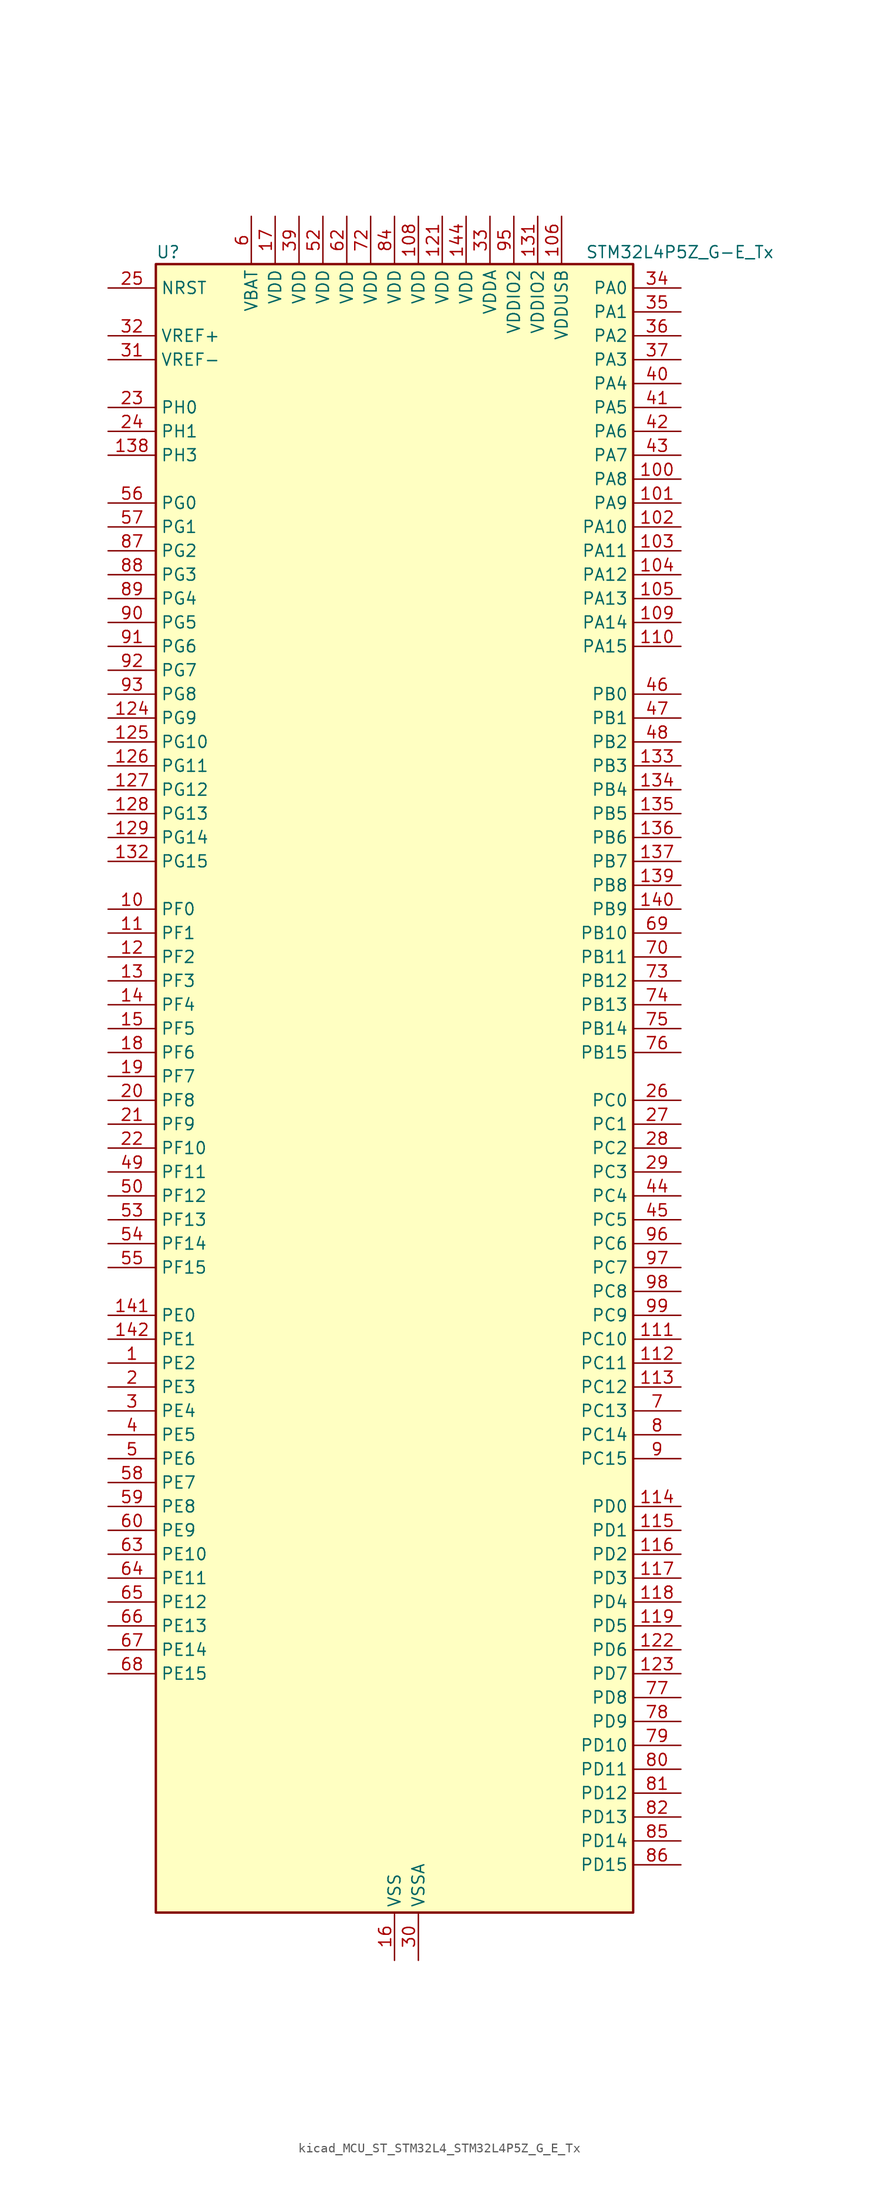
<source format=kicad_sym>
(kicad_symbol_lib
  (version 20220914)
  (generator kicad_symbol_editor)
  (symbol "kicad_MCU_ST_STM32L4_STM32L4P5Z_G_E_Tx"
    (property "Reference" "U"
      (at -25.4 90.17 0)
      (effects (font (size 1.27 1.27)) (justify left)))
    (property "Value" "STM32L4P5Z_G-E_Tx"
      (at 20.32 90.17 0)
      (effects (font (size 1.27 1.27)) (justify left)))
    (property "ki_locked" ""
      (at 0 0 0)
      (effects (font (size 1.27 1.27))))
    (symbol "kicad_MCU_ST_STM32L4_STM32L4P5Z_G_E_Tx_0_1"
      (rectangle (start -25.4 -86.36) (end 25.4 88.9) (stroke (width 0.254) (type default)) (fill (type background))))
    (symbol "kicad_MCU_ST_STM32L4_STM32L4P5Z_G_E_Tx_1_1"
      (pin bidirectional line (at -30.48 -27.94 0) (length 5.08) (name "PE2" (effects (font (size 1.27 1.27)))) (number "1" (effects (font (size 1.27 1.27)))) (alternate "FMC_A23" bidirectional line) (alternate "LTDC_R7" bidirectional line) (alternate "SAI1_CK1" bidirectional line) (alternate "SAI1_MCLK_A" bidirectional line) (alternate "SYS_TRACECLK" bidirectional line) (alternate "TIM3_ETR" bidirectional line) (alternate "TSC_G7_IO1" bidirectional line))
      (pin bidirectional line (at -30.48 20.32 0) (length 5.08) (name "PF0" (effects (font (size 1.27 1.27)))) (number "10" (effects (font (size 1.27 1.27)))) (alternate "FMC_A0" bidirectional line) (alternate "I2C2_SDA" bidirectional line) (alternate "OCTOSPIM_P2_IO0" bidirectional line))
      (pin bidirectional line (at 30.48 66.04 180) (length 5.08) (name "PA8" (effects (font (size 1.27 1.27)))) (number "100" (effects (font (size 1.27 1.27)))) (alternate "LPTIM2_OUT" bidirectional line) (alternate "LTDC_B7" bidirectional line) (alternate "RCC_MCO" bidirectional line) (alternate "SAI1_CK2" bidirectional line) (alternate "SAI1_SCK_A" bidirectional line) (alternate "TIM1_CH1" bidirectional line) (alternate "USART1_CK" bidirectional line) (alternate "USB_OTG_FS_SOF" bidirectional line))
      (pin bidirectional line (at 30.48 63.5 180) (length 5.08) (name "PA9" (effects (font (size 1.27 1.27)))) (number "101" (effects (font (size 1.27 1.27)))) (alternate "DAC1_EXTI9" bidirectional line) (alternate "DCMI_D0" bidirectional line) (alternate "LTDC_G7" bidirectional line) (alternate "PSSI_D0" bidirectional line) (alternate "SAI1_FS_A" bidirectional line) (alternate "SPI2_SCK" bidirectional line) (alternate "TIM15_BKIN" bidirectional line) (alternate "TIM1_CH2" bidirectional line) (alternate "USART1_TX" bidirectional line) (alternate "USB_OTG_FS_VBUS" bidirectional line))
      (pin bidirectional line (at 30.48 60.96 180) (length 5.08) (name "PA10" (effects (font (size 1.27 1.27)))) (number "102" (effects (font (size 1.27 1.27)))) (alternate "DCMI_D1" bidirectional line) (alternate "LTDC_G6" bidirectional line) (alternate "PSSI_D1" bidirectional line) (alternate "SAI1_D1" bidirectional line) (alternate "SAI1_SD_A" bidirectional line) (alternate "TIM17_BKIN" bidirectional line) (alternate "TIM1_CH3" bidirectional line) (alternate "USART1_RX" bidirectional line) (alternate "USB_OTG_FS_ID" bidirectional line))
      (pin bidirectional line (at 30.48 58.42 180) (length 5.08) (name "PA11" (effects (font (size 1.27 1.27)))) (number "103" (effects (font (size 1.27 1.27)))) (alternate "ADC1_EXTI11" bidirectional line) (alternate "ADC2_EXTI11" bidirectional line) (alternate "CAN1_RX" bidirectional line) (alternate "LTDC_DE" bidirectional line) (alternate "SPI1_MISO" bidirectional line) (alternate "TIM1_BKIN2" bidirectional line) (alternate "TIM1_CH4" bidirectional line) (alternate "USART1_CTS" bidirectional line) (alternate "USART1_NSS" bidirectional line) (alternate "USB_OTG_FS_DM" bidirectional line))
      (pin bidirectional line (at 30.48 55.88 180) (length 5.08) (name "PA12" (effects (font (size 1.27 1.27)))) (number "104" (effects (font (size 1.27 1.27)))) (alternate "CAN1_TX" bidirectional line) (alternate "LTDC_VSYNC" bidirectional line) (alternate "OCTOSPIM_P2_NCS" bidirectional line) (alternate "SPI1_MOSI" bidirectional line) (alternate "TIM1_ETR" bidirectional line) (alternate "USART1_DE" bidirectional line) (alternate "USART1_RTS" bidirectional line) (alternate "USB_OTG_FS_DP" bidirectional line))
      (pin bidirectional line (at 30.48 53.34 180) (length 5.08) (name "PA13" (effects (font (size 1.27 1.27)))) (number "105" (effects (font (size 1.27 1.27)))) (alternate "IR_OUT" bidirectional line) (alternate "SAI1_SD_B" bidirectional line) (alternate "SYS_JTMS-SWDIO" bidirectional line) (alternate "USB_OTG_FS_NOE" bidirectional line))
      (pin power_in line (at 17.78 93.98 270) (length 5.08) (name "VDDUSB" (effects (font (size 1.27 1.27)))) (number "106" (effects (font (size 1.27 1.27)))))
      (pin passive line (at 0 -91.44 90) (length 5.08) hide (name "VSS" (effects (font (size 1.27 1.27)))) (number "107" (effects (font (size 1.27 1.27)))))
      (pin power_in line (at 2.54 93.98 270) (length 5.08) (name "VDD" (effects (font (size 1.27 1.27)))) (number "108" (effects (font (size 1.27 1.27)))))
      (pin bidirectional line (at 30.48 50.8 180) (length 5.08) (name "PA14" (effects (font (size 1.27 1.27)))) (number "109" (effects (font (size 1.27 1.27)))) (alternate "I2C1_SMBA" bidirectional line) (alternate "I2C4_SMBA" bidirectional line) (alternate "LPTIM1_OUT" bidirectional line) (alternate "SAI1_FS_B" bidirectional line) (alternate "SYS_JTCK-SWCLK" bidirectional line) (alternate "USB_OTG_FS_SOF" bidirectional line))
      (pin bidirectional line (at -30.48 17.78 0) (length 5.08) (name "PF1" (effects (font (size 1.27 1.27)))) (number "11" (effects (font (size 1.27 1.27)))) (alternate "FMC_A1" bidirectional line) (alternate "I2C2_SCL" bidirectional line) (alternate "OCTOSPIM_P2_IO1" bidirectional line))
      (pin bidirectional line (at 30.48 48.26 180) (length 5.08) (name "PA15" (effects (font (size 1.27 1.27)))) (number "110" (effects (font (size 1.27 1.27)))) (alternate "ADC1_EXTI15" bidirectional line) (alternate "ADC2_EXTI15" bidirectional line) (alternate "LTDC_HSYNC" bidirectional line) (alternate "SAI2_FS_B" bidirectional line) (alternate "SPI1_NSS" bidirectional line) (alternate "SPI3_NSS" bidirectional line) (alternate "SYS_JTDI" bidirectional line) (alternate "TIM2_CH1" bidirectional line) (alternate "TIM2_ETR" bidirectional line) (alternate "TSC_G3_IO1" bidirectional line) (alternate "UART4_DE" bidirectional line) (alternate "UART4_RTS" bidirectional line) (alternate "USART2_RX" bidirectional line) (alternate "USART3_DE" bidirectional line) (alternate "USART3_RTS" bidirectional line))
      (pin bidirectional line (at 30.48 -25.4 180) (length 5.08) (name "PC10" (effects (font (size 1.27 1.27)))) (number "111" (effects (font (size 1.27 1.27)))) (alternate "DCMI_D8" bidirectional line) (alternate "DCMI_VSYNC" bidirectional line) (alternate "PSSI_D8" bidirectional line) (alternate "PSSI_RDY" bidirectional line) (alternate "SAI2_SCK_B" bidirectional line) (alternate "SDMMC1_D2" bidirectional line) (alternate "SPI3_SCK" bidirectional line) (alternate "SYS_TRACED1" bidirectional line) (alternate "TSC_G3_IO2" bidirectional line) (alternate "UART4_TX" bidirectional line) (alternate "USART3_TX" bidirectional line))
      (pin bidirectional line (at 30.48 -27.94 180) (length 5.08) (name "PC11" (effects (font (size 1.27 1.27)))) (number "112" (effects (font (size 1.27 1.27)))) (alternate "ADC1_EXTI11" bidirectional line) (alternate "ADC2_EXTI11" bidirectional line) (alternate "DCMI_D2" bidirectional line) (alternate "DCMI_D4" bidirectional line) (alternate "OCTOSPIM_P1_NCS" bidirectional line) (alternate "PSSI_D2" bidirectional line) (alternate "PSSI_D4" bidirectional line) (alternate "SAI2_MCLK_B" bidirectional line) (alternate "SDMMC1_D3" bidirectional line) (alternate "SPI3_MISO" bidirectional line) (alternate "TSC_G3_IO3" bidirectional line) (alternate "UART4_RX" bidirectional line) (alternate "USART3_RX" bidirectional line))
      (pin bidirectional line (at 30.48 -30.48 180) (length 5.08) (name "PC12" (effects (font (size 1.27 1.27)))) (number "113" (effects (font (size 1.27 1.27)))) (alternate "DCMI_D9" bidirectional line) (alternate "LTDC_R6" bidirectional line) (alternate "PSSI_D9" bidirectional line) (alternate "SAI2_SD_B" bidirectional line) (alternate "SDMMC1_CK" bidirectional line) (alternate "SPI3_MOSI" bidirectional line) (alternate "SYS_TRACED3" bidirectional line) (alternate "TSC_G3_IO4" bidirectional line) (alternate "UART5_TX" bidirectional line) (alternate "USART3_CK" bidirectional line))
      (pin bidirectional line (at 30.48 -43.18 180) (length 5.08) (name "PD0" (effects (font (size 1.27 1.27)))) (number "114" (effects (font (size 1.27 1.27)))) (alternate "CAN1_RX" bidirectional line) (alternate "FMC_D2" bidirectional line) (alternate "FMC_DA2" bidirectional line) (alternate "LTDC_B4" bidirectional line) (alternate "SPI2_NSS" bidirectional line))
      (pin bidirectional line (at 30.48 -45.72 180) (length 5.08) (name "PD1" (effects (font (size 1.27 1.27)))) (number "115" (effects (font (size 1.27 1.27)))) (alternate "CAN1_TX" bidirectional line) (alternate "FMC_D3" bidirectional line) (alternate "FMC_DA3" bidirectional line) (alternate "LTDC_B5" bidirectional line) (alternate "SPI2_SCK" bidirectional line))
      (pin bidirectional line (at 30.48 -48.26 180) (length 5.08) (name "PD2" (effects (font (size 1.27 1.27)))) (number "116" (effects (font (size 1.27 1.27)))) (alternate "DCMI_D11" bidirectional line) (alternate "PSSI_D11" bidirectional line) (alternate "SDMMC1_CMD" bidirectional line) (alternate "SYS_TRACED2" bidirectional line) (alternate "TIM3_ETR" bidirectional line) (alternate "TSC_SYNC" bidirectional line) (alternate "UART5_RX" bidirectional line) (alternate "USART3_DE" bidirectional line) (alternate "USART3_RTS" bidirectional line))
      (pin bidirectional line (at 30.48 -50.8 180) (length 5.08) (name "PD3" (effects (font (size 1.27 1.27)))) (number "117" (effects (font (size 1.27 1.27)))) (alternate "DCMI_D5" bidirectional line) (alternate "DFSDM1_DATIN0" bidirectional line) (alternate "FMC_CLK" bidirectional line) (alternate "LTDC_CLK" bidirectional line) (alternate "OCTOSPIM_P2_NCS" bidirectional line) (alternate "PSSI_D5" bidirectional line) (alternate "SPI2_MISO" bidirectional line) (alternate "SPI2_SCK" bidirectional line) (alternate "USART2_CTS" bidirectional line) (alternate "USART2_NSS" bidirectional line))
      (pin bidirectional line (at 30.48 -53.34 180) (length 5.08) (name "PD4" (effects (font (size 1.27 1.27)))) (number "118" (effects (font (size 1.27 1.27)))) (alternate "DFSDM1_CKIN0" bidirectional line) (alternate "FMC_NOE" bidirectional line) (alternate "OCTOSPIM_P1_IO4" bidirectional line) (alternate "SDMMC2_CKIN" bidirectional line) (alternate "SPI2_MOSI" bidirectional line) (alternate "USART2_DE" bidirectional line) (alternate "USART2_RTS" bidirectional line))
      (pin bidirectional line (at 30.48 -55.88 180) (length 5.08) (name "PD5" (effects (font (size 1.27 1.27)))) (number "119" (effects (font (size 1.27 1.27)))) (alternate "FMC_NWE" bidirectional line) (alternate "OCTOSPIM_P1_IO5" bidirectional line) (alternate "USART2_TX" bidirectional line))
      (pin bidirectional line (at -30.48 15.24 0) (length 5.08) (name "PF2" (effects (font (size 1.27 1.27)))) (number "12" (effects (font (size 1.27 1.27)))) (alternate "FMC_A2" bidirectional line) (alternate "I2C2_SMBA" bidirectional line) (alternate "OCTOSPIM_P2_IO2" bidirectional line))
      (pin passive line (at 0 -91.44 90) (length 5.08) hide (name "VSS" (effects (font (size 1.27 1.27)))) (number "120" (effects (font (size 1.27 1.27)))))
      (pin power_in line (at 5.08 93.98 270) (length 5.08) (name "VDD" (effects (font (size 1.27 1.27)))) (number "121" (effects (font (size 1.27 1.27)))))
      (pin bidirectional line (at 30.48 -58.42 180) (length 5.08) (name "PD6" (effects (font (size 1.27 1.27)))) (number "122" (effects (font (size 1.27 1.27)))) (alternate "DCMI_D10" bidirectional line) (alternate "DFSDM1_DATIN1" bidirectional line) (alternate "FMC_NWAIT" bidirectional line) (alternate "LTDC_DE" bidirectional line) (alternate "OCTOSPIM_P1_IO6" bidirectional line) (alternate "PSSI_D10" bidirectional line) (alternate "SAI1_D1" bidirectional line) (alternate "SAI1_SD_A" bidirectional line) (alternate "SDMMC2_CK" bidirectional line) (alternate "SPI3_MOSI" bidirectional line) (alternate "USART2_RX" bidirectional line))
      (pin bidirectional line (at 30.48 -60.96 180) (length 5.08) (name "PD7" (effects (font (size 1.27 1.27)))) (number "123" (effects (font (size 1.27 1.27)))) (alternate "DFSDM1_CKIN1" bidirectional line) (alternate "FMC_NCE" bidirectional line) (alternate "FMC_NE1" bidirectional line) (alternate "OCTOSPIM_P1_IO7" bidirectional line) (alternate "SDMMC2_CMD" bidirectional line) (alternate "USART2_CK" bidirectional line))
      (pin bidirectional line (at -30.48 40.64 0) (length 5.08) (name "PG9" (effects (font (size 1.27 1.27)))) (number "124" (effects (font (size 1.27 1.27)))) (alternate "DAC1_EXTI9" bidirectional line) (alternate "FMC_NCE" bidirectional line) (alternate "FMC_NE2" bidirectional line) (alternate "OCTOSPIM_P2_IO6" bidirectional line) (alternate "SAI2_SCK_A" bidirectional line) (alternate "SDMMC2_D0" bidirectional line) (alternate "SPI3_SCK" bidirectional line) (alternate "TIM15_CH1N" bidirectional line) (alternate "USART1_TX" bidirectional line))
      (pin bidirectional line (at -30.48 38.1 0) (length 5.08) (name "PG10" (effects (font (size 1.27 1.27)))) (number "125" (effects (font (size 1.27 1.27)))) (alternate "FMC_NE3" bidirectional line) (alternate "LPTIM1_IN1" bidirectional line) (alternate "OCTOSPIM_P2_IO7" bidirectional line) (alternate "SAI2_FS_A" bidirectional line) (alternate "SDMMC2_D1" bidirectional line) (alternate "SPI3_MISO" bidirectional line) (alternate "TIM15_CH1" bidirectional line) (alternate "USART1_RX" bidirectional line))
      (pin bidirectional line (at -30.48 35.56 0) (length 5.08) (name "PG11" (effects (font (size 1.27 1.27)))) (number "126" (effects (font (size 1.27 1.27)))) (alternate "ADC1_EXTI11" bidirectional line) (alternate "ADC2_EXTI11" bidirectional line) (alternate "LPTIM1_IN2" bidirectional line) (alternate "OCTOSPIM_P1_IO5" bidirectional line) (alternate "SAI2_MCLK_A" bidirectional line) (alternate "SDMMC2_D2" bidirectional line) (alternate "SPI3_MOSI" bidirectional line) (alternate "TIM15_CH2" bidirectional line) (alternate "USART1_CTS" bidirectional line) (alternate "USART1_NSS" bidirectional line))
      (pin bidirectional line (at -30.48 33.02 0) (length 5.08) (name "PG12" (effects (font (size 1.27 1.27)))) (number "127" (effects (font (size 1.27 1.27)))) (alternate "FMC_NE4" bidirectional line) (alternate "LPTIM1_ETR" bidirectional line) (alternate "OCTOSPIM_P2_NCS" bidirectional line) (alternate "SAI2_SD_A" bidirectional line) (alternate "SDMMC2_D3" bidirectional line) (alternate "SPI3_NSS" bidirectional line) (alternate "USART1_DE" bidirectional line) (alternate "USART1_RTS" bidirectional line))
      (pin bidirectional line (at -30.48 30.48 0) (length 5.08) (name "PG13" (effects (font (size 1.27 1.27)))) (number "128" (effects (font (size 1.27 1.27)))) (alternate "FMC_A24" bidirectional line) (alternate "I2C1_SDA" bidirectional line) (alternate "LTDC_R0" bidirectional line) (alternate "USART1_CK" bidirectional line))
      (pin bidirectional line (at -30.48 27.94 0) (length 5.08) (name "PG14" (effects (font (size 1.27 1.27)))) (number "129" (effects (font (size 1.27 1.27)))) (alternate "FMC_A25" bidirectional line) (alternate "I2C1_SCL" bidirectional line) (alternate "LTDC_R1" bidirectional line))
      (pin bidirectional line (at -30.48 12.7 0) (length 5.08) (name "PF3" (effects (font (size 1.27 1.27)))) (number "13" (effects (font (size 1.27 1.27)))) (alternate "FMC_A3" bidirectional line) (alternate "OCTOSPIM_P2_IO3" bidirectional line))
      (pin passive line (at 0 -91.44 90) (length 5.08) hide (name "VSS" (effects (font (size 1.27 1.27)))) (number "130" (effects (font (size 1.27 1.27)))))
      (pin power_in line (at 15.24 93.98 270) (length 5.08) (name "VDDIO2" (effects (font (size 1.27 1.27)))) (number "131" (effects (font (size 1.27 1.27)))))
      (pin bidirectional line (at -30.48 25.4 0) (length 5.08) (name "PG15" (effects (font (size 1.27 1.27)))) (number "132" (effects (font (size 1.27 1.27)))) (alternate "ADC1_EXTI15" bidirectional line) (alternate "ADC2_EXTI15" bidirectional line) (alternate "DCMI_D13" bidirectional line) (alternate "I2C1_SMBA" bidirectional line) (alternate "LPTIM1_OUT" bidirectional line) (alternate "OCTOSPIM_P2_DQS" bidirectional line) (alternate "PSSI_D13" bidirectional line))
      (pin bidirectional line (at 30.48 35.56 180) (length 5.08) (name "PB3" (effects (font (size 1.27 1.27)))) (number "133" (effects (font (size 1.27 1.27)))) (alternate "COMP2_INM" bidirectional line) (alternate "CRS_SYNC" bidirectional line) (alternate "OCTOSPIM_P1_IO4" bidirectional line) (alternate "SAI1_SCK_B" bidirectional line) (alternate "SDMMC2_D2" bidirectional line) (alternate "SPI1_SCK" bidirectional line) (alternate "SPI3_SCK" bidirectional line) (alternate "SYS_JTDO-SWO" bidirectional line) (alternate "TIM2_CH2" bidirectional line) (alternate "USART1_DE" bidirectional line) (alternate "USART1_RTS" bidirectional line))
      (pin bidirectional line (at 30.48 33.02 180) (length 5.08) (name "PB4" (effects (font (size 1.27 1.27)))) (number "134" (effects (font (size 1.27 1.27)))) (alternate "COMP2_INP" bidirectional line) (alternate "DCMI_D12" bidirectional line) (alternate "I2C3_SDA" bidirectional line) (alternate "OCTOSPIM_P1_IO5" bidirectional line) (alternate "PSSI_D12" bidirectional line) (alternate "SAI1_MCLK_B" bidirectional line) (alternate "SDMMC2_D3" bidirectional line) (alternate "SPI1_MISO" bidirectional line) (alternate "SPI3_MISO" bidirectional line) (alternate "SYS_JTRST" bidirectional line) (alternate "TIM17_BKIN" bidirectional line) (alternate "TIM3_CH1" bidirectional line) (alternate "TSC_G2_IO1" bidirectional line) (alternate "UART5_DE" bidirectional line) (alternate "UART5_RTS" bidirectional line) (alternate "USART1_CTS" bidirectional line) (alternate "USART1_NSS" bidirectional line))
      (pin bidirectional line (at 30.48 30.48 180) (length 5.08) (name "PB5" (effects (font (size 1.27 1.27)))) (number "135" (effects (font (size 1.27 1.27)))) (alternate "COMP2_OUT" bidirectional line) (alternate "DCMI_D10" bidirectional line) (alternate "I2C1_SMBA" bidirectional line) (alternate "LPTIM1_IN1" bidirectional line) (alternate "OCTOSPIM_P1_IO0" bidirectional line) (alternate "PSSI_D10" bidirectional line) (alternate "SAI1_SD_B" bidirectional line) (alternate "SPI1_MOSI" bidirectional line) (alternate "SPI3_MOSI" bidirectional line) (alternate "TIM16_BKIN" bidirectional line) (alternate "TIM3_CH2" bidirectional line) (alternate "TSC_G2_IO2" bidirectional line) (alternate "UART5_CTS" bidirectional line) (alternate "USART1_CK" bidirectional line))
      (pin bidirectional line (at 30.48 27.94 180) (length 5.08) (name "PB6" (effects (font (size 1.27 1.27)))) (number "136" (effects (font (size 1.27 1.27)))) (alternate "COMP2_INP" bidirectional line) (alternate "DCMI_D5" bidirectional line) (alternate "I2C1_SCL" bidirectional line) (alternate "I2C4_SCL" bidirectional line) (alternate "LPTIM1_ETR" bidirectional line) (alternate "LTDC_R6" bidirectional line) (alternate "PSSI_D5" bidirectional line) (alternate "SAI1_FS_B" bidirectional line) (alternate "TIM16_CH1N" bidirectional line) (alternate "TIM4_CH1" bidirectional line) (alternate "TIM8_BKIN2" bidirectional line) (alternate "TSC_G2_IO3" bidirectional line) (alternate "USART1_TX" bidirectional line))
      (pin bidirectional line (at 30.48 25.4 180) (length 5.08) (name "PB7" (effects (font (size 1.27 1.27)))) (number "137" (effects (font (size 1.27 1.27)))) (alternate "COMP2_INM" bidirectional line) (alternate "DCMI_VSYNC" bidirectional line) (alternate "FMC_NL" bidirectional line) (alternate "I2C1_SDA" bidirectional line) (alternate "I2C4_SDA" bidirectional line) (alternate "LPTIM1_IN2" bidirectional line) (alternate "LTDC_VSYNC" bidirectional line) (alternate "PSSI_RDY" bidirectional line) (alternate "SYS_PVD_IN" bidirectional line) (alternate "TIM17_CH1N" bidirectional line) (alternate "TIM4_CH2" bidirectional line) (alternate "TIM8_BKIN" bidirectional line) (alternate "TSC_G2_IO4" bidirectional line) (alternate "UART4_CTS" bidirectional line) (alternate "USART1_RX" bidirectional line))
      (pin bidirectional line (at -30.48 68.58 0) (length 5.08) (name "PH3" (effects (font (size 1.27 1.27)))) (number "138" (effects (font (size 1.27 1.27)))))
      (pin bidirectional line (at 30.48 22.86 180) (length 5.08) (name "PB8" (effects (font (size 1.27 1.27)))) (number "139" (effects (font (size 1.27 1.27)))) (alternate "CAN1_RX" bidirectional line) (alternate "DCMI_D6" bidirectional line) (alternate "DFSDM1_CKOUT" bidirectional line) (alternate "I2C1_SCL" bidirectional line) (alternate "LTDC_DE" bidirectional line) (alternate "PSSI_D6" bidirectional line) (alternate "SAI1_CK1" bidirectional line) (alternate "SAI1_MCLK_A" bidirectional line) (alternate "SDMMC1_CKIN" bidirectional line) (alternate "SDMMC1_D4" bidirectional line) (alternate "SDMMC2_D4" bidirectional line) (alternate "TIM16_CH1" bidirectional line) (alternate "TIM4_CH3" bidirectional line))
      (pin bidirectional line (at -30.48 10.16 0) (length 5.08) (name "PF4" (effects (font (size 1.27 1.27)))) (number "14" (effects (font (size 1.27 1.27)))) (alternate "FMC_A4" bidirectional line) (alternate "OCTOSPIM_P2_CLK" bidirectional line))
      (pin bidirectional line (at 30.48 20.32 180) (length 5.08) (name "PB9" (effects (font (size 1.27 1.27)))) (number "140" (effects (font (size 1.27 1.27)))) (alternate "CAN1_TX" bidirectional line) (alternate "DAC1_EXTI9" bidirectional line) (alternate "DCMI_D7" bidirectional line) (alternate "I2C1_SDA" bidirectional line) (alternate "IR_OUT" bidirectional line) (alternate "PSSI_D7" bidirectional line) (alternate "SAI1_D2" bidirectional line) (alternate "SAI1_FS_A" bidirectional line) (alternate "SDMMC1_CDIR" bidirectional line) (alternate "SDMMC1_D5" bidirectional line) (alternate "SDMMC2_D5" bidirectional line) (alternate "SPI2_NSS" bidirectional line) (alternate "TIM17_CH1" bidirectional line) (alternate "TIM4_CH4" bidirectional line))
      (pin bidirectional line (at -30.48 -22.86 0) (length 5.08) (name "PE0" (effects (font (size 1.27 1.27)))) (number "141" (effects (font (size 1.27 1.27)))) (alternate "DCMI_D2" bidirectional line) (alternate "FMC_NBL0" bidirectional line) (alternate "LTDC_HSYNC" bidirectional line) (alternate "PSSI_D2" bidirectional line) (alternate "TIM16_CH1" bidirectional line) (alternate "TIM4_ETR" bidirectional line))
      (pin bidirectional line (at -30.48 -25.4 0) (length 5.08) (name "PE1" (effects (font (size 1.27 1.27)))) (number "142" (effects (font (size 1.27 1.27)))) (alternate "DCMI_D3" bidirectional line) (alternate "FMC_NBL1" bidirectional line) (alternate "LTDC_VSYNC" bidirectional line) (alternate "PSSI_D3" bidirectional line) (alternate "TIM17_CH1" bidirectional line))
      (pin passive line (at 0 -91.44 90) (length 5.08) hide (name "VSS" (effects (font (size 1.27 1.27)))) (number "143" (effects (font (size 1.27 1.27)))))
      (pin power_in line (at 7.62 93.98 270) (length 5.08) (name "VDD" (effects (font (size 1.27 1.27)))) (number "144" (effects (font (size 1.27 1.27)))))
      (pin bidirectional line (at -30.48 7.62 0) (length 5.08) (name "PF5" (effects (font (size 1.27 1.27)))) (number "15" (effects (font (size 1.27 1.27)))) (alternate "FMC_A5" bidirectional line) (alternate "OCTOSPIM_P2_NCLK" bidirectional line))
      (pin power_in line (at 0 -91.44 90) (length 5.08) (name "VSS" (effects (font (size 1.27 1.27)))) (number "16" (effects (font (size 1.27 1.27)))))
      (pin power_in line (at -12.7 93.98 270) (length 5.08) (name "VDD" (effects (font (size 1.27 1.27)))) (number "17" (effects (font (size 1.27 1.27)))))
      (pin bidirectional line (at -30.48 5.08 0) (length 5.08) (name "PF6" (effects (font (size 1.27 1.27)))) (number "18" (effects (font (size 1.27 1.27)))) (alternate "OCTOSPIM_P1_IO3" bidirectional line) (alternate "SAI1_SD_B" bidirectional line) (alternate "TIM5_CH1" bidirectional line) (alternate "TIM5_ETR" bidirectional line))
      (pin bidirectional line (at -30.48 2.54 0) (length 5.08) (name "PF7" (effects (font (size 1.27 1.27)))) (number "19" (effects (font (size 1.27 1.27)))) (alternate "OCTOSPIM_P1_IO2" bidirectional line) (alternate "SAI1_MCLK_B" bidirectional line) (alternate "TIM5_CH2" bidirectional line))
      (pin bidirectional line (at -30.48 -30.48 0) (length 5.08) (name "PE3" (effects (font (size 1.27 1.27)))) (number "2" (effects (font (size 1.27 1.27)))) (alternate "FMC_A19" bidirectional line) (alternate "LTDC_R6" bidirectional line) (alternate "OCTOSPIM_P1_DQS" bidirectional line) (alternate "SAI1_SD_B" bidirectional line) (alternate "SYS_TRACED0" bidirectional line) (alternate "TIM3_CH1" bidirectional line) (alternate "TSC_G7_IO2" bidirectional line))
      (pin bidirectional line (at -30.48 0 0) (length 5.08) (name "PF8" (effects (font (size 1.27 1.27)))) (number "20" (effects (font (size 1.27 1.27)))) (alternate "OCTOSPIM_P1_IO0" bidirectional line) (alternate "SAI1_SCK_B" bidirectional line) (alternate "TIM5_CH3" bidirectional line))
      (pin bidirectional line (at -30.48 -2.54 0) (length 5.08) (name "PF9" (effects (font (size 1.27 1.27)))) (number "21" (effects (font (size 1.27 1.27)))) (alternate "DAC1_EXTI9" bidirectional line) (alternate "OCTOSPIM_P1_IO1" bidirectional line) (alternate "SAI1_FS_B" bidirectional line) (alternate "TIM15_CH1" bidirectional line) (alternate "TIM5_CH4" bidirectional line))
      (pin bidirectional line (at -30.48 -5.08 0) (length 5.08) (name "PF10" (effects (font (size 1.27 1.27)))) (number "22" (effects (font (size 1.27 1.27)))) (alternate "DCMI_D11" bidirectional line) (alternate "DFSDM1_CKOUT" bidirectional line) (alternate "OCTOSPIM_P1_CLK" bidirectional line) (alternate "PSSI_D11" bidirectional line) (alternate "PSSI_D15" bidirectional line) (alternate "SAI1_D3" bidirectional line) (alternate "TIM15_CH2" bidirectional line))
      (pin bidirectional line (at -30.48 73.66 0) (length 5.08) (name "PH0" (effects (font (size 1.27 1.27)))) (number "23" (effects (font (size 1.27 1.27)))) (alternate "RCC_OSC_IN" bidirectional line))
      (pin bidirectional line (at -30.48 71.12 0) (length 5.08) (name "PH1" (effects (font (size 1.27 1.27)))) (number "24" (effects (font (size 1.27 1.27)))) (alternate "RCC_OSC_OUT" bidirectional line))
      (pin input line (at -30.48 86.36 0) (length 5.08) (name "NRST" (effects (font (size 1.27 1.27)))) (number "25" (effects (font (size 1.27 1.27)))))
      (pin bidirectional line (at 30.48 0 180) (length 5.08) (name "PC0" (effects (font (size 1.27 1.27)))) (number "26" (effects (font (size 1.27 1.27)))) (alternate "ADC1_IN1" bidirectional line) (alternate "ADC2_IN1" bidirectional line) (alternate "I2C3_SCL" bidirectional line) (alternate "LPTIM1_IN1" bidirectional line) (alternate "LPTIM2_IN1" bidirectional line) (alternate "LPUART1_RX" bidirectional line) (alternate "LTDC_DE" bidirectional line) (alternate "SAI2_FS_A" bidirectional line) (alternate "SDMMC1_CMD" bidirectional line) (alternate "SDMMC2_CKIN" bidirectional line))
      (pin bidirectional line (at 30.48 -2.54 180) (length 5.08) (name "PC1" (effects (font (size 1.27 1.27)))) (number "27" (effects (font (size 1.27 1.27)))) (alternate "ADC1_IN2" bidirectional line) (alternate "ADC2_IN2" bidirectional line) (alternate "I2C3_SDA" bidirectional line) (alternate "LPTIM1_OUT" bidirectional line) (alternate "LPUART1_TX" bidirectional line) (alternate "OCTOSPIM_P1_IO4" bidirectional line) (alternate "SAI1_SD_A" bidirectional line) (alternate "SPI2_MOSI" bidirectional line) (alternate "SYS_TRACED0" bidirectional line))
      (pin bidirectional line (at 30.48 -5.08 180) (length 5.08) (name "PC2" (effects (font (size 1.27 1.27)))) (number "28" (effects (font (size 1.27 1.27)))) (alternate "ADC1_IN3" bidirectional line) (alternate "ADC2_IN3" bidirectional line) (alternate "DFSDM1_CKOUT" bidirectional line) (alternate "LPTIM1_IN2" bidirectional line) (alternate "LTDC_HSYNC" bidirectional line) (alternate "OCTOSPIM_P1_IO5" bidirectional line) (alternate "SPI2_MISO" bidirectional line))
      (pin bidirectional line (at 30.48 -7.62 180) (length 5.08) (name "PC3" (effects (font (size 1.27 1.27)))) (number "29" (effects (font (size 1.27 1.27)))) (alternate "ADC1_IN4" bidirectional line) (alternate "ADC2_IN4" bidirectional line) (alternate "LPTIM1_ETR" bidirectional line) (alternate "LPTIM2_ETR" bidirectional line) (alternate "OCTOSPIM_P1_IO6" bidirectional line) (alternate "SAI1_D1" bidirectional line) (alternate "SAI1_SD_A" bidirectional line) (alternate "SPI2_MOSI" bidirectional line))
      (pin bidirectional line (at -30.48 -33.02 0) (length 5.08) (name "PE4" (effects (font (size 1.27 1.27)))) (number "3" (effects (font (size 1.27 1.27)))) (alternate "DCMI_D4" bidirectional line) (alternate "DFSDM1_DATIN3" bidirectional line) (alternate "FMC_A20" bidirectional line) (alternate "LTDC_B7" bidirectional line) (alternate "PSSI_D4" bidirectional line) (alternate "SAI1_D2" bidirectional line) (alternate "SAI1_FS_A" bidirectional line) (alternate "SYS_TRACED1" bidirectional line) (alternate "TIM3_CH2" bidirectional line) (alternate "TSC_G7_IO3" bidirectional line))
      (pin power_in line (at 2.54 -91.44 90) (length 5.08) (name "VSSA" (effects (font (size 1.27 1.27)))) (number "30" (effects (font (size 1.27 1.27)))))
      (pin input line (at -30.48 78.74 0) (length 5.08) (name "VREF-" (effects (font (size 1.27 1.27)))) (number "31" (effects (font (size 1.27 1.27)))))
      (pin input line (at -30.48 81.28 0) (length 5.08) (name "VREF+" (effects (font (size 1.27 1.27)))) (number "32" (effects (font (size 1.27 1.27)))) (alternate "VREFBUF_OUT" bidirectional line))
      (pin power_in line (at 10.16 93.98 270) (length 5.08) (name "VDDA" (effects (font (size 1.27 1.27)))) (number "33" (effects (font (size 1.27 1.27)))))
      (pin bidirectional line (at 30.48 86.36 180) (length 5.08) (name "PA0" (effects (font (size 1.27 1.27)))) (number "34" (effects (font (size 1.27 1.27)))) (alternate "ADC1_IN5" bidirectional line) (alternate "ADC2_IN5" bidirectional line) (alternate "OPAMP1_VINP" bidirectional line) (alternate "RTC_TAMP2" bidirectional line) (alternate "SAI1_EXTCLK" bidirectional line) (alternate "SYS_WKUP1" bidirectional line) (alternate "TIM2_CH1" bidirectional line) (alternate "TIM2_ETR" bidirectional line) (alternate "TIM5_CH1" bidirectional line) (alternate "TIM8_ETR" bidirectional line) (alternate "UART4_TX" bidirectional line) (alternate "USART2_CTS" bidirectional line) (alternate "USART2_NSS" bidirectional line))
      (pin bidirectional line (at 30.48 83.82 180) (length 5.08) (name "PA1" (effects (font (size 1.27 1.27)))) (number "35" (effects (font (size 1.27 1.27)))) (alternate "ADC1_IN6" bidirectional line) (alternate "ADC2_IN6" bidirectional line) (alternate "I2C1_SMBA" bidirectional line) (alternate "OCTOSPIM_P1_DQS" bidirectional line) (alternate "OPAMP1_VINM" bidirectional line) (alternate "SDMMC2_CMD" bidirectional line) (alternate "SPI1_SCK" bidirectional line) (alternate "TIM15_CH1N" bidirectional line) (alternate "TIM2_CH2" bidirectional line) (alternate "TIM5_CH2" bidirectional line) (alternate "UART4_RX" bidirectional line) (alternate "USART2_DE" bidirectional line) (alternate "USART2_RTS" bidirectional line))
      (pin bidirectional line (at 30.48 81.28 180) (length 5.08) (name "PA2" (effects (font (size 1.27 1.27)))) (number "36" (effects (font (size 1.27 1.27)))) (alternate "ADC1_IN7" bidirectional line) (alternate "ADC2_IN7" bidirectional line) (alternate "LPUART1_TX" bidirectional line) (alternate "OCTOSPIM_P1_NCS" bidirectional line) (alternate "RCC_LSCO" bidirectional line) (alternate "SAI2_EXTCLK" bidirectional line) (alternate "SYS_WKUP4" bidirectional line) (alternate "TIM15_CH1" bidirectional line) (alternate "TIM2_CH3" bidirectional line) (alternate "TIM5_CH3" bidirectional line) (alternate "USART2_TX" bidirectional line))
      (pin bidirectional line (at 30.48 78.74 180) (length 5.08) (name "PA3" (effects (font (size 1.27 1.27)))) (number "37" (effects (font (size 1.27 1.27)))) (alternate "ADC1_IN8" bidirectional line) (alternate "ADC2_IN8" bidirectional line) (alternate "LPUART1_RX" bidirectional line) (alternate "OCTOSPIM_P1_CLK" bidirectional line) (alternate "OPAMP1_VOUT" bidirectional line) (alternate "SAI1_CK1" bidirectional line) (alternate "SAI1_MCLK_A" bidirectional line) (alternate "TIM15_CH2" bidirectional line) (alternate "TIM2_CH4" bidirectional line) (alternate "TIM5_CH4" bidirectional line) (alternate "USART2_RX" bidirectional line))
      (pin passive line (at 0 -91.44 90) (length 5.08) hide (name "VSS" (effects (font (size 1.27 1.27)))) (number "38" (effects (font (size 1.27 1.27)))))
      (pin power_in line (at -10.16 93.98 270) (length 5.08) (name "VDD" (effects (font (size 1.27 1.27)))) (number "39" (effects (font (size 1.27 1.27)))))
      (pin bidirectional line (at -30.48 -35.56 0) (length 5.08) (name "PE5" (effects (font (size 1.27 1.27)))) (number "4" (effects (font (size 1.27 1.27)))) (alternate "DCMI_D6" bidirectional line) (alternate "DFSDM1_CKIN3" bidirectional line) (alternate "FMC_A21" bidirectional line) (alternate "LTDC_G7" bidirectional line) (alternate "PSSI_D6" bidirectional line) (alternate "SAI1_CK2" bidirectional line) (alternate "SAI1_SCK_A" bidirectional line) (alternate "SYS_TRACED2" bidirectional line) (alternate "TIM3_CH3" bidirectional line) (alternate "TSC_G7_IO4" bidirectional line))
      (pin bidirectional line (at 30.48 76.2 180) (length 5.08) (name "PA4" (effects (font (size 1.27 1.27)))) (number "40" (effects (font (size 1.27 1.27)))) (alternate "ADC1_IN9" bidirectional line) (alternate "ADC2_IN9" bidirectional line) (alternate "DAC1_OUT1" bidirectional line) (alternate "DCMI_HSYNC" bidirectional line) (alternate "LPTIM2_OUT" bidirectional line) (alternate "LTDC_CLK" bidirectional line) (alternate "OCTOSPIM_P1_NCS" bidirectional line) (alternate "PSSI_DE" bidirectional line) (alternate "SAI1_FS_B" bidirectional line) (alternate "SPI1_NSS" bidirectional line) (alternate "SPI3_NSS" bidirectional line) (alternate "USART2_CK" bidirectional line))
      (pin bidirectional line (at 30.48 73.66 180) (length 5.08) (name "PA5" (effects (font (size 1.27 1.27)))) (number "41" (effects (font (size 1.27 1.27)))) (alternate "ADC1_IN10" bidirectional line) (alternate "ADC2_IN10" bidirectional line) (alternate "DAC1_OUT2" bidirectional line) (alternate "LPTIM2_ETR" bidirectional line) (alternate "LTDC_R7" bidirectional line) (alternate "PSSI_D14" bidirectional line) (alternate "SPI1_SCK" bidirectional line) (alternate "TIM2_CH1" bidirectional line) (alternate "TIM2_ETR" bidirectional line) (alternate "TIM8_CH1N" bidirectional line))
      (pin bidirectional line (at 30.48 71.12 180) (length 5.08) (name "PA6" (effects (font (size 1.27 1.27)))) (number "42" (effects (font (size 1.27 1.27)))) (alternate "ADC1_IN11" bidirectional line) (alternate "ADC2_IN11" bidirectional line) (alternate "DCMI_PIXCLK" bidirectional line) (alternate "LPUART1_CTS" bidirectional line) (alternate "OCTOSPIM_P1_IO3" bidirectional line) (alternate "OPAMP2_VINP" bidirectional line) (alternate "PSSI_PDCK" bidirectional line) (alternate "SPI1_MISO" bidirectional line) (alternate "TIM16_CH1" bidirectional line) (alternate "TIM1_BKIN" bidirectional line) (alternate "TIM3_CH1" bidirectional line) (alternate "TIM8_BKIN" bidirectional line) (alternate "USART3_CTS" bidirectional line) (alternate "USART3_NSS" bidirectional line))
      (pin bidirectional line (at 30.48 68.58 180) (length 5.08) (name "PA7" (effects (font (size 1.27 1.27)))) (number "43" (effects (font (size 1.27 1.27)))) (alternate "ADC1_IN12" bidirectional line) (alternate "ADC2_IN12" bidirectional line) (alternate "I2C3_SCL" bidirectional line) (alternate "OCTOSPIM_P1_IO2" bidirectional line) (alternate "OPAMP2_VINM" bidirectional line) (alternate "SPI1_MOSI" bidirectional line) (alternate "TIM17_CH1" bidirectional line) (alternate "TIM1_CH1N" bidirectional line) (alternate "TIM3_CH2" bidirectional line) (alternate "TIM8_CH1N" bidirectional line))
      (pin bidirectional line (at 30.48 -10.16 180) (length 5.08) (name "PC4" (effects (font (size 1.27 1.27)))) (number "44" (effects (font (size 1.27 1.27)))) (alternate "ADC1_IN13" bidirectional line) (alternate "ADC2_IN13" bidirectional line) (alternate "COMP1_INM" bidirectional line) (alternate "OCTOSPIM_P1_IO7" bidirectional line) (alternate "OCTOSPIM_P2_NCS" bidirectional line) (alternate "USART3_TX" bidirectional line))
      (pin bidirectional line (at 30.48 -12.7 180) (length 5.08) (name "PC5" (effects (font (size 1.27 1.27)))) (number "45" (effects (font (size 1.27 1.27)))) (alternate "ADC1_IN14" bidirectional line) (alternate "ADC2_IN14" bidirectional line) (alternate "COMP1_INP" bidirectional line) (alternate "LTDC_CLK" bidirectional line) (alternate "PSSI_D15" bidirectional line) (alternate "SAI1_D3" bidirectional line) (alternate "SYS_WKUP5" bidirectional line) (alternate "USART3_RX" bidirectional line))
      (pin bidirectional line (at 30.48 43.18 180) (length 5.08) (name "PB0" (effects (font (size 1.27 1.27)))) (number "46" (effects (font (size 1.27 1.27)))) (alternate "ADC1_IN15" bidirectional line) (alternate "ADC2_IN15" bidirectional line) (alternate "COMP1_OUT" bidirectional line) (alternate "LTDC_B6" bidirectional line) (alternate "OCTOSPIM_P1_IO1" bidirectional line) (alternate "OPAMP2_VOUT" bidirectional line) (alternate "SAI1_EXTCLK" bidirectional line) (alternate "SPI1_NSS" bidirectional line) (alternate "TIM1_CH2N" bidirectional line) (alternate "TIM3_CH3" bidirectional line) (alternate "TIM8_CH2N" bidirectional line) (alternate "USART3_CK" bidirectional line))
      (pin bidirectional line (at 30.48 40.64 180) (length 5.08) (name "PB1" (effects (font (size 1.27 1.27)))) (number "47" (effects (font (size 1.27 1.27)))) (alternate "ADC1_IN16" bidirectional line) (alternate "ADC2_IN16" bidirectional line) (alternate "COMP1_INM" bidirectional line) (alternate "DFSDM1_DATIN0" bidirectional line) (alternate "LPTIM2_IN1" bidirectional line) (alternate "LPUART1_DE" bidirectional line) (alternate "LPUART1_RTS" bidirectional line) (alternate "LTDC_G6" bidirectional line) (alternate "OCTOSPIM_P1_IO0" bidirectional line) (alternate "TIM1_CH3N" bidirectional line) (alternate "TIM3_CH4" bidirectional line) (alternate "TIM8_CH3N" bidirectional line) (alternate "USART3_DE" bidirectional line) (alternate "USART3_RTS" bidirectional line))
      (pin bidirectional line (at 30.48 38.1 180) (length 5.08) (name "PB2" (effects (font (size 1.27 1.27)))) (number "48" (effects (font (size 1.27 1.27)))) (alternate "COMP1_INP" bidirectional line) (alternate "DFSDM1_CKIN0" bidirectional line) (alternate "I2C3_SMBA" bidirectional line) (alternate "LPTIM1_OUT" bidirectional line) (alternate "OCTOSPIM_P1_DQS" bidirectional line) (alternate "RTC_OUT2" bidirectional line))
      (pin bidirectional line (at -30.48 -7.62 0) (length 5.08) (name "PF11" (effects (font (size 1.27 1.27)))) (number "49" (effects (font (size 1.27 1.27)))) (alternate "ADC1_EXTI11" bidirectional line) (alternate "ADC2_EXTI11" bidirectional line) (alternate "DCMI_D12" bidirectional line) (alternate "LTDC_DE" bidirectional line) (alternate "OCTOSPIM_P1_NCLK" bidirectional line) (alternate "PSSI_D12" bidirectional line))
      (pin bidirectional line (at -30.48 -38.1 0) (length 5.08) (name "PE6" (effects (font (size 1.27 1.27)))) (number "5" (effects (font (size 1.27 1.27)))) (alternate "DCMI_D7" bidirectional line) (alternate "FMC_A22" bidirectional line) (alternate "LTDC_G6" bidirectional line) (alternate "PSSI_D7" bidirectional line) (alternate "RTC_TAMP3" bidirectional line) (alternate "SAI1_D1" bidirectional line) (alternate "SAI1_SD_A" bidirectional line) (alternate "SYS_TRACED3" bidirectional line) (alternate "SYS_WKUP3" bidirectional line) (alternate "TIM3_CH4" bidirectional line))
      (pin bidirectional line (at -30.48 -10.16 0) (length 5.08) (name "PF12" (effects (font (size 1.27 1.27)))) (number "50" (effects (font (size 1.27 1.27)))) (alternate "FMC_A6" bidirectional line) (alternate "LTDC_B0" bidirectional line) (alternate "OCTOSPIM_P2_DQS" bidirectional line))
      (pin passive line (at 0 -91.44 90) (length 5.08) hide (name "VSS" (effects (font (size 1.27 1.27)))) (number "51" (effects (font (size 1.27 1.27)))))
      (pin power_in line (at -7.62 93.98 270) (length 5.08) (name "VDD" (effects (font (size 1.27 1.27)))) (number "52" (effects (font (size 1.27 1.27)))))
      (pin bidirectional line (at -30.48 -12.7 0) (length 5.08) (name "PF13" (effects (font (size 1.27 1.27)))) (number "53" (effects (font (size 1.27 1.27)))) (alternate "FMC_A7" bidirectional line) (alternate "I2C4_SMBA" bidirectional line) (alternate "LTDC_B1" bidirectional line))
      (pin bidirectional line (at -30.48 -15.24 0) (length 5.08) (name "PF14" (effects (font (size 1.27 1.27)))) (number "54" (effects (font (size 1.27 1.27)))) (alternate "FMC_A8" bidirectional line) (alternate "I2C4_SCL" bidirectional line) (alternate "LTDC_G0" bidirectional line) (alternate "TSC_G8_IO1" bidirectional line))
      (pin bidirectional line (at -30.48 -17.78 0) (length 5.08) (name "PF15" (effects (font (size 1.27 1.27)))) (number "55" (effects (font (size 1.27 1.27)))) (alternate "ADC1_EXTI15" bidirectional line) (alternate "ADC2_EXTI15" bidirectional line) (alternate "FMC_A9" bidirectional line) (alternate "I2C4_SDA" bidirectional line) (alternate "LTDC_G1" bidirectional line) (alternate "TSC_G8_IO2" bidirectional line))
      (pin bidirectional line (at -30.48 63.5 0) (length 5.08) (name "PG0" (effects (font (size 1.27 1.27)))) (number "56" (effects (font (size 1.27 1.27)))) (alternate "FMC_A10" bidirectional line) (alternate "OCTOSPIM_P2_IO4" bidirectional line) (alternate "TSC_G8_IO3" bidirectional line))
      (pin bidirectional line (at -30.48 60.96 0) (length 5.08) (name "PG1" (effects (font (size 1.27 1.27)))) (number "57" (effects (font (size 1.27 1.27)))) (alternate "FMC_A11" bidirectional line) (alternate "OCTOSPIM_P2_IO5" bidirectional line) (alternate "TSC_G8_IO4" bidirectional line))
      (pin bidirectional line (at -30.48 -40.64 0) (length 5.08) (name "PE7" (effects (font (size 1.27 1.27)))) (number "58" (effects (font (size 1.27 1.27)))) (alternate "DFSDM1_DATIN2" bidirectional line) (alternate "FMC_D4" bidirectional line) (alternate "FMC_DA4" bidirectional line) (alternate "LTDC_B6" bidirectional line) (alternate "SAI1_SD_B" bidirectional line) (alternate "TIM1_ETR" bidirectional line))
      (pin bidirectional line (at -30.48 -43.18 0) (length 5.08) (name "PE8" (effects (font (size 1.27 1.27)))) (number "59" (effects (font (size 1.27 1.27)))) (alternate "DFSDM1_CKIN2" bidirectional line) (alternate "FMC_D5" bidirectional line) (alternate "FMC_DA5" bidirectional line) (alternate "LTDC_B7" bidirectional line) (alternate "SAI1_SCK_B" bidirectional line) (alternate "TIM1_CH1N" bidirectional line))
      (pin power_in line (at -15.24 93.98 270) (length 5.08) (name "VBAT" (effects (font (size 1.27 1.27)))) (number "6" (effects (font (size 1.27 1.27)))))
      (pin bidirectional line (at -30.48 -45.72 0) (length 5.08) (name "PE9" (effects (font (size 1.27 1.27)))) (number "60" (effects (font (size 1.27 1.27)))) (alternate "DAC1_EXTI9" bidirectional line) (alternate "DFSDM1_CKOUT" bidirectional line) (alternate "FMC_D6" bidirectional line) (alternate "FMC_DA6" bidirectional line) (alternate "LTDC_G2" bidirectional line) (alternate "OCTOSPIM_P1_NCLK" bidirectional line) (alternate "SAI1_FS_B" bidirectional line) (alternate "TIM1_CH1" bidirectional line))
      (pin passive line (at 0 -91.44 90) (length 5.08) hide (name "VSS" (effects (font (size 1.27 1.27)))) (number "61" (effects (font (size 1.27 1.27)))))
      (pin power_in line (at -5.08 93.98 270) (length 5.08) (name "VDD" (effects (font (size 1.27 1.27)))) (number "62" (effects (font (size 1.27 1.27)))))
      (pin bidirectional line (at -30.48 -48.26 0) (length 5.08) (name "PE10" (effects (font (size 1.27 1.27)))) (number "63" (effects (font (size 1.27 1.27)))) (alternate "FMC_D7" bidirectional line) (alternate "FMC_DA7" bidirectional line) (alternate "LTDC_G3" bidirectional line) (alternate "OCTOSPIM_P1_CLK" bidirectional line) (alternate "SAI1_MCLK_B" bidirectional line) (alternate "TIM1_CH2N" bidirectional line) (alternate "TSC_G5_IO1" bidirectional line))
      (pin bidirectional line (at -30.48 -50.8 0) (length 5.08) (name "PE11" (effects (font (size 1.27 1.27)))) (number "64" (effects (font (size 1.27 1.27)))) (alternate "ADC1_EXTI11" bidirectional line) (alternate "ADC2_EXTI11" bidirectional line) (alternate "FMC_D8" bidirectional line) (alternate "FMC_DA8" bidirectional line) (alternate "LTDC_G4" bidirectional line) (alternate "OCTOSPIM_P1_NCS" bidirectional line) (alternate "TIM1_CH2" bidirectional line) (alternate "TSC_G5_IO2" bidirectional line))
      (pin bidirectional line (at -30.48 -53.34 0) (length 5.08) (name "PE12" (effects (font (size 1.27 1.27)))) (number "65" (effects (font (size 1.27 1.27)))) (alternate "FMC_D9" bidirectional line) (alternate "FMC_DA9" bidirectional line) (alternate "LTDC_G5" bidirectional line) (alternate "OCTOSPIM_P1_IO0" bidirectional line) (alternate "SPI1_NSS" bidirectional line) (alternate "TIM1_CH3N" bidirectional line) (alternate "TSC_G5_IO3" bidirectional line))
      (pin bidirectional line (at -30.48 -55.88 0) (length 5.08) (name "PE13" (effects (font (size 1.27 1.27)))) (number "66" (effects (font (size 1.27 1.27)))) (alternate "FMC_D10" bidirectional line) (alternate "FMC_DA10" bidirectional line) (alternate "LTDC_G6" bidirectional line) (alternate "OCTOSPIM_P1_IO1" bidirectional line) (alternate "SPI1_SCK" bidirectional line) (alternate "TIM1_CH3" bidirectional line) (alternate "TSC_G5_IO4" bidirectional line))
      (pin bidirectional line (at -30.48 -58.42 0) (length 5.08) (name "PE14" (effects (font (size 1.27 1.27)))) (number "67" (effects (font (size 1.27 1.27)))) (alternate "FMC_D11" bidirectional line) (alternate "FMC_DA11" bidirectional line) (alternate "LTDC_G7" bidirectional line) (alternate "OCTOSPIM_P1_IO2" bidirectional line) (alternate "SPI1_MISO" bidirectional line) (alternate "TIM1_BKIN2" bidirectional line) (alternate "TIM1_CH4" bidirectional line))
      (pin bidirectional line (at -30.48 -60.96 0) (length 5.08) (name "PE15" (effects (font (size 1.27 1.27)))) (number "68" (effects (font (size 1.27 1.27)))) (alternate "ADC1_EXTI15" bidirectional line) (alternate "ADC2_EXTI15" bidirectional line) (alternate "FMC_D12" bidirectional line) (alternate "FMC_DA12" bidirectional line) (alternate "LTDC_R2" bidirectional line) (alternate "OCTOSPIM_P1_IO3" bidirectional line) (alternate "SPI1_MOSI" bidirectional line) (alternate "TIM1_BKIN" bidirectional line))
      (pin bidirectional line (at 30.48 17.78 180) (length 5.08) (name "PB10" (effects (font (size 1.27 1.27)))) (number "69" (effects (font (size 1.27 1.27)))) (alternate "COMP1_OUT" bidirectional line) (alternate "I2C2_SCL" bidirectional line) (alternate "I2C4_SCL" bidirectional line) (alternate "LPUART1_RX" bidirectional line) (alternate "OCTOSPIM_P1_CLK" bidirectional line) (alternate "OCTOSPIM_P1_IO3" bidirectional line) (alternate "SAI1_SCK_A" bidirectional line) (alternate "SPI2_SCK" bidirectional line) (alternate "TIM2_CH3" bidirectional line) (alternate "TSC_SYNC" bidirectional line) (alternate "USART3_TX" bidirectional line))
      (pin bidirectional line (at 30.48 -33.02 180) (length 5.08) (name "PC13" (effects (font (size 1.27 1.27)))) (number "7" (effects (font (size 1.27 1.27)))) (alternate "RTC_OUT1" bidirectional line) (alternate "RTC_TAMP1" bidirectional line) (alternate "RTC_TS" bidirectional line) (alternate "SYS_WKUP2" bidirectional line))
      (pin bidirectional line (at 30.48 15.24 180) (length 5.08) (name "PB11" (effects (font (size 1.27 1.27)))) (number "70" (effects (font (size 1.27 1.27)))) (alternate "ADC1_EXTI11" bidirectional line) (alternate "ADC2_EXTI11" bidirectional line) (alternate "COMP2_OUT" bidirectional line) (alternate "I2C2_SDA" bidirectional line) (alternate "I2C4_SDA" bidirectional line) (alternate "LPUART1_TX" bidirectional line) (alternate "LTDC_VSYNC" bidirectional line) (alternate "OCTOSPIM_P1_NCS" bidirectional line) (alternate "TIM2_CH4" bidirectional line) (alternate "USART3_RX" bidirectional line))
      (pin passive line (at 0 -91.44 90) (length 5.08) hide (name "VSS" (effects (font (size 1.27 1.27)))) (number "71" (effects (font (size 1.27 1.27)))))
      (pin power_in line (at -2.54 93.98 270) (length 5.08) (name "VDD" (effects (font (size 1.27 1.27)))) (number "72" (effects (font (size 1.27 1.27)))))
      (pin bidirectional line (at 30.48 12.7 180) (length 5.08) (name "PB12" (effects (font (size 1.27 1.27)))) (number "73" (effects (font (size 1.27 1.27)))) (alternate "DFSDM1_DATIN1" bidirectional line) (alternate "I2C2_SMBA" bidirectional line) (alternate "LPUART1_DE" bidirectional line) (alternate "LPUART1_RTS" bidirectional line) (alternate "OCTOSPIM_P1_NCLK" bidirectional line) (alternate "SAI2_FS_A" bidirectional line) (alternate "SDMMC2_CK" bidirectional line) (alternate "SPI2_NSS" bidirectional line) (alternate "TIM15_BKIN" bidirectional line) (alternate "TIM1_BKIN" bidirectional line) (alternate "TSC_G1_IO1" bidirectional line) (alternate "USART3_CK" bidirectional line))
      (pin bidirectional line (at 30.48 10.16 180) (length 5.08) (name "PB13" (effects (font (size 1.27 1.27)))) (number "74" (effects (font (size 1.27 1.27)))) (alternate "DFSDM1_CKIN1" bidirectional line) (alternate "I2C2_SCL" bidirectional line) (alternate "LPUART1_CTS" bidirectional line) (alternate "OCTOSPIM_P1_IO1" bidirectional line) (alternate "SAI2_SCK_A" bidirectional line) (alternate "SPI2_SCK" bidirectional line) (alternate "TIM15_CH1N" bidirectional line) (alternate "TIM1_CH1N" bidirectional line) (alternate "TSC_G1_IO2" bidirectional line) (alternate "USART3_CTS" bidirectional line) (alternate "USART3_NSS" bidirectional line))
      (pin bidirectional line (at 30.48 7.62 180) (length 5.08) (name "PB14" (effects (font (size 1.27 1.27)))) (number "75" (effects (font (size 1.27 1.27)))) (alternate "DFSDM1_DATIN2" bidirectional line) (alternate "I2C2_SDA" bidirectional line) (alternate "OCTOSPIM_P1_IO6" bidirectional line) (alternate "SAI2_MCLK_A" bidirectional line) (alternate "SDMMC2_D0" bidirectional line) (alternate "SPI2_MISO" bidirectional line) (alternate "TIM15_CH1" bidirectional line) (alternate "TIM1_CH2N" bidirectional line) (alternate "TIM8_CH2N" bidirectional line) (alternate "TSC_G1_IO3" bidirectional line) (alternate "USART3_DE" bidirectional line) (alternate "USART3_RTS" bidirectional line))
      (pin bidirectional line (at 30.48 5.08 180) (length 5.08) (name "PB15" (effects (font (size 1.27 1.27)))) (number "76" (effects (font (size 1.27 1.27)))) (alternate "ADC1_EXTI15" bidirectional line) (alternate "ADC2_EXTI15" bidirectional line) (alternate "DFSDM1_CKIN2" bidirectional line) (alternate "OCTOSPIM_P1_IO7" bidirectional line) (alternate "RTC_REFIN" bidirectional line) (alternate "SAI2_SD_A" bidirectional line) (alternate "SDMMC2_D1" bidirectional line) (alternate "SPI2_MOSI" bidirectional line) (alternate "TIM15_CH2" bidirectional line) (alternate "TIM1_CH3N" bidirectional line) (alternate "TIM8_CH3N" bidirectional line) (alternate "TSC_G1_IO4" bidirectional line))
      (pin bidirectional line (at 30.48 -63.5 180) (length 5.08) (name "PD8" (effects (font (size 1.27 1.27)))) (number "77" (effects (font (size 1.27 1.27)))) (alternate "DCMI_HSYNC" bidirectional line) (alternate "FMC_D13" bidirectional line) (alternate "FMC_DA13" bidirectional line) (alternate "LTDC_R3" bidirectional line) (alternate "PSSI_DE" bidirectional line) (alternate "USART3_TX" bidirectional line))
      (pin bidirectional line (at 30.48 -66.04 180) (length 5.08) (name "PD9" (effects (font (size 1.27 1.27)))) (number "78" (effects (font (size 1.27 1.27)))) (alternate "DAC1_EXTI9" bidirectional line) (alternate "DCMI_PIXCLK" bidirectional line) (alternate "FMC_D14" bidirectional line) (alternate "FMC_DA14" bidirectional line) (alternate "LTDC_R4" bidirectional line) (alternate "PSSI_PDCK" bidirectional line) (alternate "SAI2_MCLK_A" bidirectional line) (alternate "USART3_RX" bidirectional line))
      (pin bidirectional line (at 30.48 -68.58 180) (length 5.08) (name "PD10" (effects (font (size 1.27 1.27)))) (number "79" (effects (font (size 1.27 1.27)))) (alternate "FMC_D15" bidirectional line) (alternate "FMC_DA15" bidirectional line) (alternate "LTDC_R5" bidirectional line) (alternate "SAI2_SCK_A" bidirectional line) (alternate "TSC_G6_IO1" bidirectional line) (alternate "USART3_CK" bidirectional line))
      (pin bidirectional line (at 30.48 -35.56 180) (length 5.08) (name "PC14" (effects (font (size 1.27 1.27)))) (number "8" (effects (font (size 1.27 1.27)))) (alternate "RCC_OSC32_IN" bidirectional line))
      (pin bidirectional line (at 30.48 -71.12 180) (length 5.08) (name "PD11" (effects (font (size 1.27 1.27)))) (number "80" (effects (font (size 1.27 1.27)))) (alternate "ADC1_EXTI11" bidirectional line) (alternate "ADC2_EXTI11" bidirectional line) (alternate "FMC_A16" bidirectional line) (alternate "FMC_CLE" bidirectional line) (alternate "I2C4_SMBA" bidirectional line) (alternate "LPTIM2_ETR" bidirectional line) (alternate "LTDC_R6" bidirectional line) (alternate "SAI2_SD_A" bidirectional line) (alternate "TSC_G6_IO2" bidirectional line) (alternate "USART3_CTS" bidirectional line) (alternate "USART3_NSS" bidirectional line))
      (pin bidirectional line (at 30.48 -73.66 180) (length 5.08) (name "PD12" (effects (font (size 1.27 1.27)))) (number "81" (effects (font (size 1.27 1.27)))) (alternate "FMC_A17" bidirectional line) (alternate "FMC_ALE" bidirectional line) (alternate "I2C4_SCL" bidirectional line) (alternate "LPTIM2_IN1" bidirectional line) (alternate "LTDC_R7" bidirectional line) (alternate "SAI2_FS_A" bidirectional line) (alternate "TIM4_CH1" bidirectional line) (alternate "TSC_G6_IO3" bidirectional line) (alternate "USART3_DE" bidirectional line) (alternate "USART3_RTS" bidirectional line))
      (pin bidirectional line (at 30.48 -76.2 180) (length 5.08) (name "PD13" (effects (font (size 1.27 1.27)))) (number "82" (effects (font (size 1.27 1.27)))) (alternate "FMC_A18" bidirectional line) (alternate "I2C4_SDA" bidirectional line) (alternate "LPTIM2_OUT" bidirectional line) (alternate "TIM4_CH2" bidirectional line) (alternate "TSC_G6_IO4" bidirectional line))
      (pin passive line (at 0 -91.44 90) (length 5.08) hide (name "VSS" (effects (font (size 1.27 1.27)))) (number "83" (effects (font (size 1.27 1.27)))))
      (pin power_in line (at 0 93.98 270) (length 5.08) (name "VDD" (effects (font (size 1.27 1.27)))) (number "84" (effects (font (size 1.27 1.27)))))
      (pin bidirectional line (at 30.48 -78.74 180) (length 5.08) (name "PD14" (effects (font (size 1.27 1.27)))) (number "85" (effects (font (size 1.27 1.27)))) (alternate "FMC_D0" bidirectional line) (alternate "FMC_DA0" bidirectional line) (alternate "LTDC_B2" bidirectional line) (alternate "TIM4_CH3" bidirectional line))
      (pin bidirectional line (at 30.48 -81.28 180) (length 5.08) (name "PD15" (effects (font (size 1.27 1.27)))) (number "86" (effects (font (size 1.27 1.27)))) (alternate "ADC1_EXTI15" bidirectional line) (alternate "ADC2_EXTI15" bidirectional line) (alternate "FMC_D1" bidirectional line) (alternate "FMC_DA1" bidirectional line) (alternate "LTDC_B3" bidirectional line) (alternate "TIM4_CH4" bidirectional line))
      (pin bidirectional line (at -30.48 58.42 0) (length 5.08) (name "PG2" (effects (font (size 1.27 1.27)))) (number "87" (effects (font (size 1.27 1.27)))) (alternate "FMC_A12" bidirectional line) (alternate "SAI2_SCK_B" bidirectional line) (alternate "SDMMC2_D4" bidirectional line) (alternate "SPI1_SCK" bidirectional line))
      (pin bidirectional line (at -30.48 55.88 0) (length 5.08) (name "PG3" (effects (font (size 1.27 1.27)))) (number "88" (effects (font (size 1.27 1.27)))) (alternate "FMC_A13" bidirectional line) (alternate "SAI2_FS_B" bidirectional line) (alternate "SDMMC2_D5" bidirectional line) (alternate "SPI1_MISO" bidirectional line))
      (pin bidirectional line (at -30.48 53.34 0) (length 5.08) (name "PG4" (effects (font (size 1.27 1.27)))) (number "89" (effects (font (size 1.27 1.27)))) (alternate "FMC_A14" bidirectional line) (alternate "SAI2_MCLK_B" bidirectional line) (alternate "SDMMC2_D6" bidirectional line) (alternate "SPI1_MOSI" bidirectional line))
      (pin bidirectional line (at 30.48 -38.1 180) (length 5.08) (name "PC15" (effects (font (size 1.27 1.27)))) (number "9" (effects (font (size 1.27 1.27)))) (alternate "ADC1_EXTI15" bidirectional line) (alternate "ADC2_EXTI15" bidirectional line) (alternate "RCC_OSC32_OUT" bidirectional line))
      (pin bidirectional line (at -30.48 50.8 0) (length 5.08) (name "PG5" (effects (font (size 1.27 1.27)))) (number "90" (effects (font (size 1.27 1.27)))) (alternate "FMC_A15" bidirectional line) (alternate "LPUART1_CTS" bidirectional line) (alternate "SAI2_SD_B" bidirectional line) (alternate "SDMMC2_D7" bidirectional line) (alternate "SPI1_NSS" bidirectional line))
      (pin bidirectional line (at -30.48 48.26 0) (length 5.08) (name "PG6" (effects (font (size 1.27 1.27)))) (number "91" (effects (font (size 1.27 1.27)))) (alternate "I2C3_SMBA" bidirectional line) (alternate "LPUART1_DE" bidirectional line) (alternate "LPUART1_RTS" bidirectional line) (alternate "LTDC_R1" bidirectional line) (alternate "OCTOSPIM_P1_DQS" bidirectional line))
      (pin bidirectional line (at -30.48 45.72 0) (length 5.08) (name "PG7" (effects (font (size 1.27 1.27)))) (number "92" (effects (font (size 1.27 1.27)))) (alternate "DFSDM1_CKOUT" bidirectional line) (alternate "FMC_INT" bidirectional line) (alternate "I2C3_SCL" bidirectional line) (alternate "LPUART1_TX" bidirectional line) (alternate "OCTOSPIM_P2_DQS" bidirectional line) (alternate "SAI1_CK1" bidirectional line) (alternate "SAI1_MCLK_A" bidirectional line))
      (pin bidirectional line (at -30.48 43.18 0) (length 5.08) (name "PG8" (effects (font (size 1.27 1.27)))) (number "93" (effects (font (size 1.27 1.27)))) (alternate "I2C3_SDA" bidirectional line) (alternate "LPUART1_RX" bidirectional line))
      (pin passive line (at 0 -91.44 90) (length 5.08) hide (name "VSS" (effects (font (size 1.27 1.27)))) (number "94" (effects (font (size 1.27 1.27)))))
      (pin power_in line (at 12.7 93.98 270) (length 5.08) (name "VDDIO2" (effects (font (size 1.27 1.27)))) (number "95" (effects (font (size 1.27 1.27)))))
      (pin bidirectional line (at 30.48 -15.24 180) (length 5.08) (name "PC6" (effects (font (size 1.27 1.27)))) (number "96" (effects (font (size 1.27 1.27)))) (alternate "DCMI_D0" bidirectional line) (alternate "DFSDM1_CKIN3" bidirectional line) (alternate "LTDC_G7" bidirectional line) (alternate "PSSI_D0" bidirectional line) (alternate "SAI2_MCLK_A" bidirectional line) (alternate "SDMMC1_D0DIR" bidirectional line) (alternate "SDMMC1_D6" bidirectional line) (alternate "SDMMC2_D6" bidirectional line) (alternate "TIM3_CH1" bidirectional line) (alternate "TIM8_CH1" bidirectional line) (alternate "TSC_G4_IO1" bidirectional line))
      (pin bidirectional line (at 30.48 -17.78 180) (length 5.08) (name "PC7" (effects (font (size 1.27 1.27)))) (number "97" (effects (font (size 1.27 1.27)))) (alternate "DCMI_D1" bidirectional line) (alternate "DFSDM1_DATIN3" bidirectional line) (alternate "LTDC_B6" bidirectional line) (alternate "PSSI_D1" bidirectional line) (alternate "SAI2_MCLK_B" bidirectional line) (alternate "SDMMC1_D123DIR" bidirectional line) (alternate "SDMMC1_D7" bidirectional line) (alternate "SDMMC2_D7" bidirectional line) (alternate "TIM3_CH2" bidirectional line) (alternate "TIM8_CH2" bidirectional line) (alternate "TSC_G4_IO2" bidirectional line))
      (pin bidirectional line (at 30.48 -20.32 180) (length 5.08) (name "PC8" (effects (font (size 1.27 1.27)))) (number "98" (effects (font (size 1.27 1.27)))) (alternate "DCMI_D2" bidirectional line) (alternate "PSSI_D2" bidirectional line) (alternate "SDMMC1_D0" bidirectional line) (alternate "TIM3_CH3" bidirectional line) (alternate "TIM8_CH3" bidirectional line) (alternate "TSC_G4_IO3" bidirectional line))
      (pin bidirectional line (at 30.48 -22.86 180) (length 5.08) (name "PC9" (effects (font (size 1.27 1.27)))) (number "99" (effects (font (size 1.27 1.27)))) (alternate "DAC1_EXTI9" bidirectional line) (alternate "DCMI_D3" bidirectional line) (alternate "I2C3_SDA" bidirectional line) (alternate "PSSI_D3" bidirectional line) (alternate "SAI2_EXTCLK" bidirectional line) (alternate "SDMMC1_D1" bidirectional line) (alternate "SYS_TRACED0" bidirectional line) (alternate "TIM3_CH4" bidirectional line) (alternate "TIM8_BKIN2" bidirectional line) (alternate "TIM8_CH4" bidirectional line) (alternate "TSC_G4_IO4" bidirectional line) (alternate "USB_OTG_FS_NOE" bidirectional line)))))
</source>
